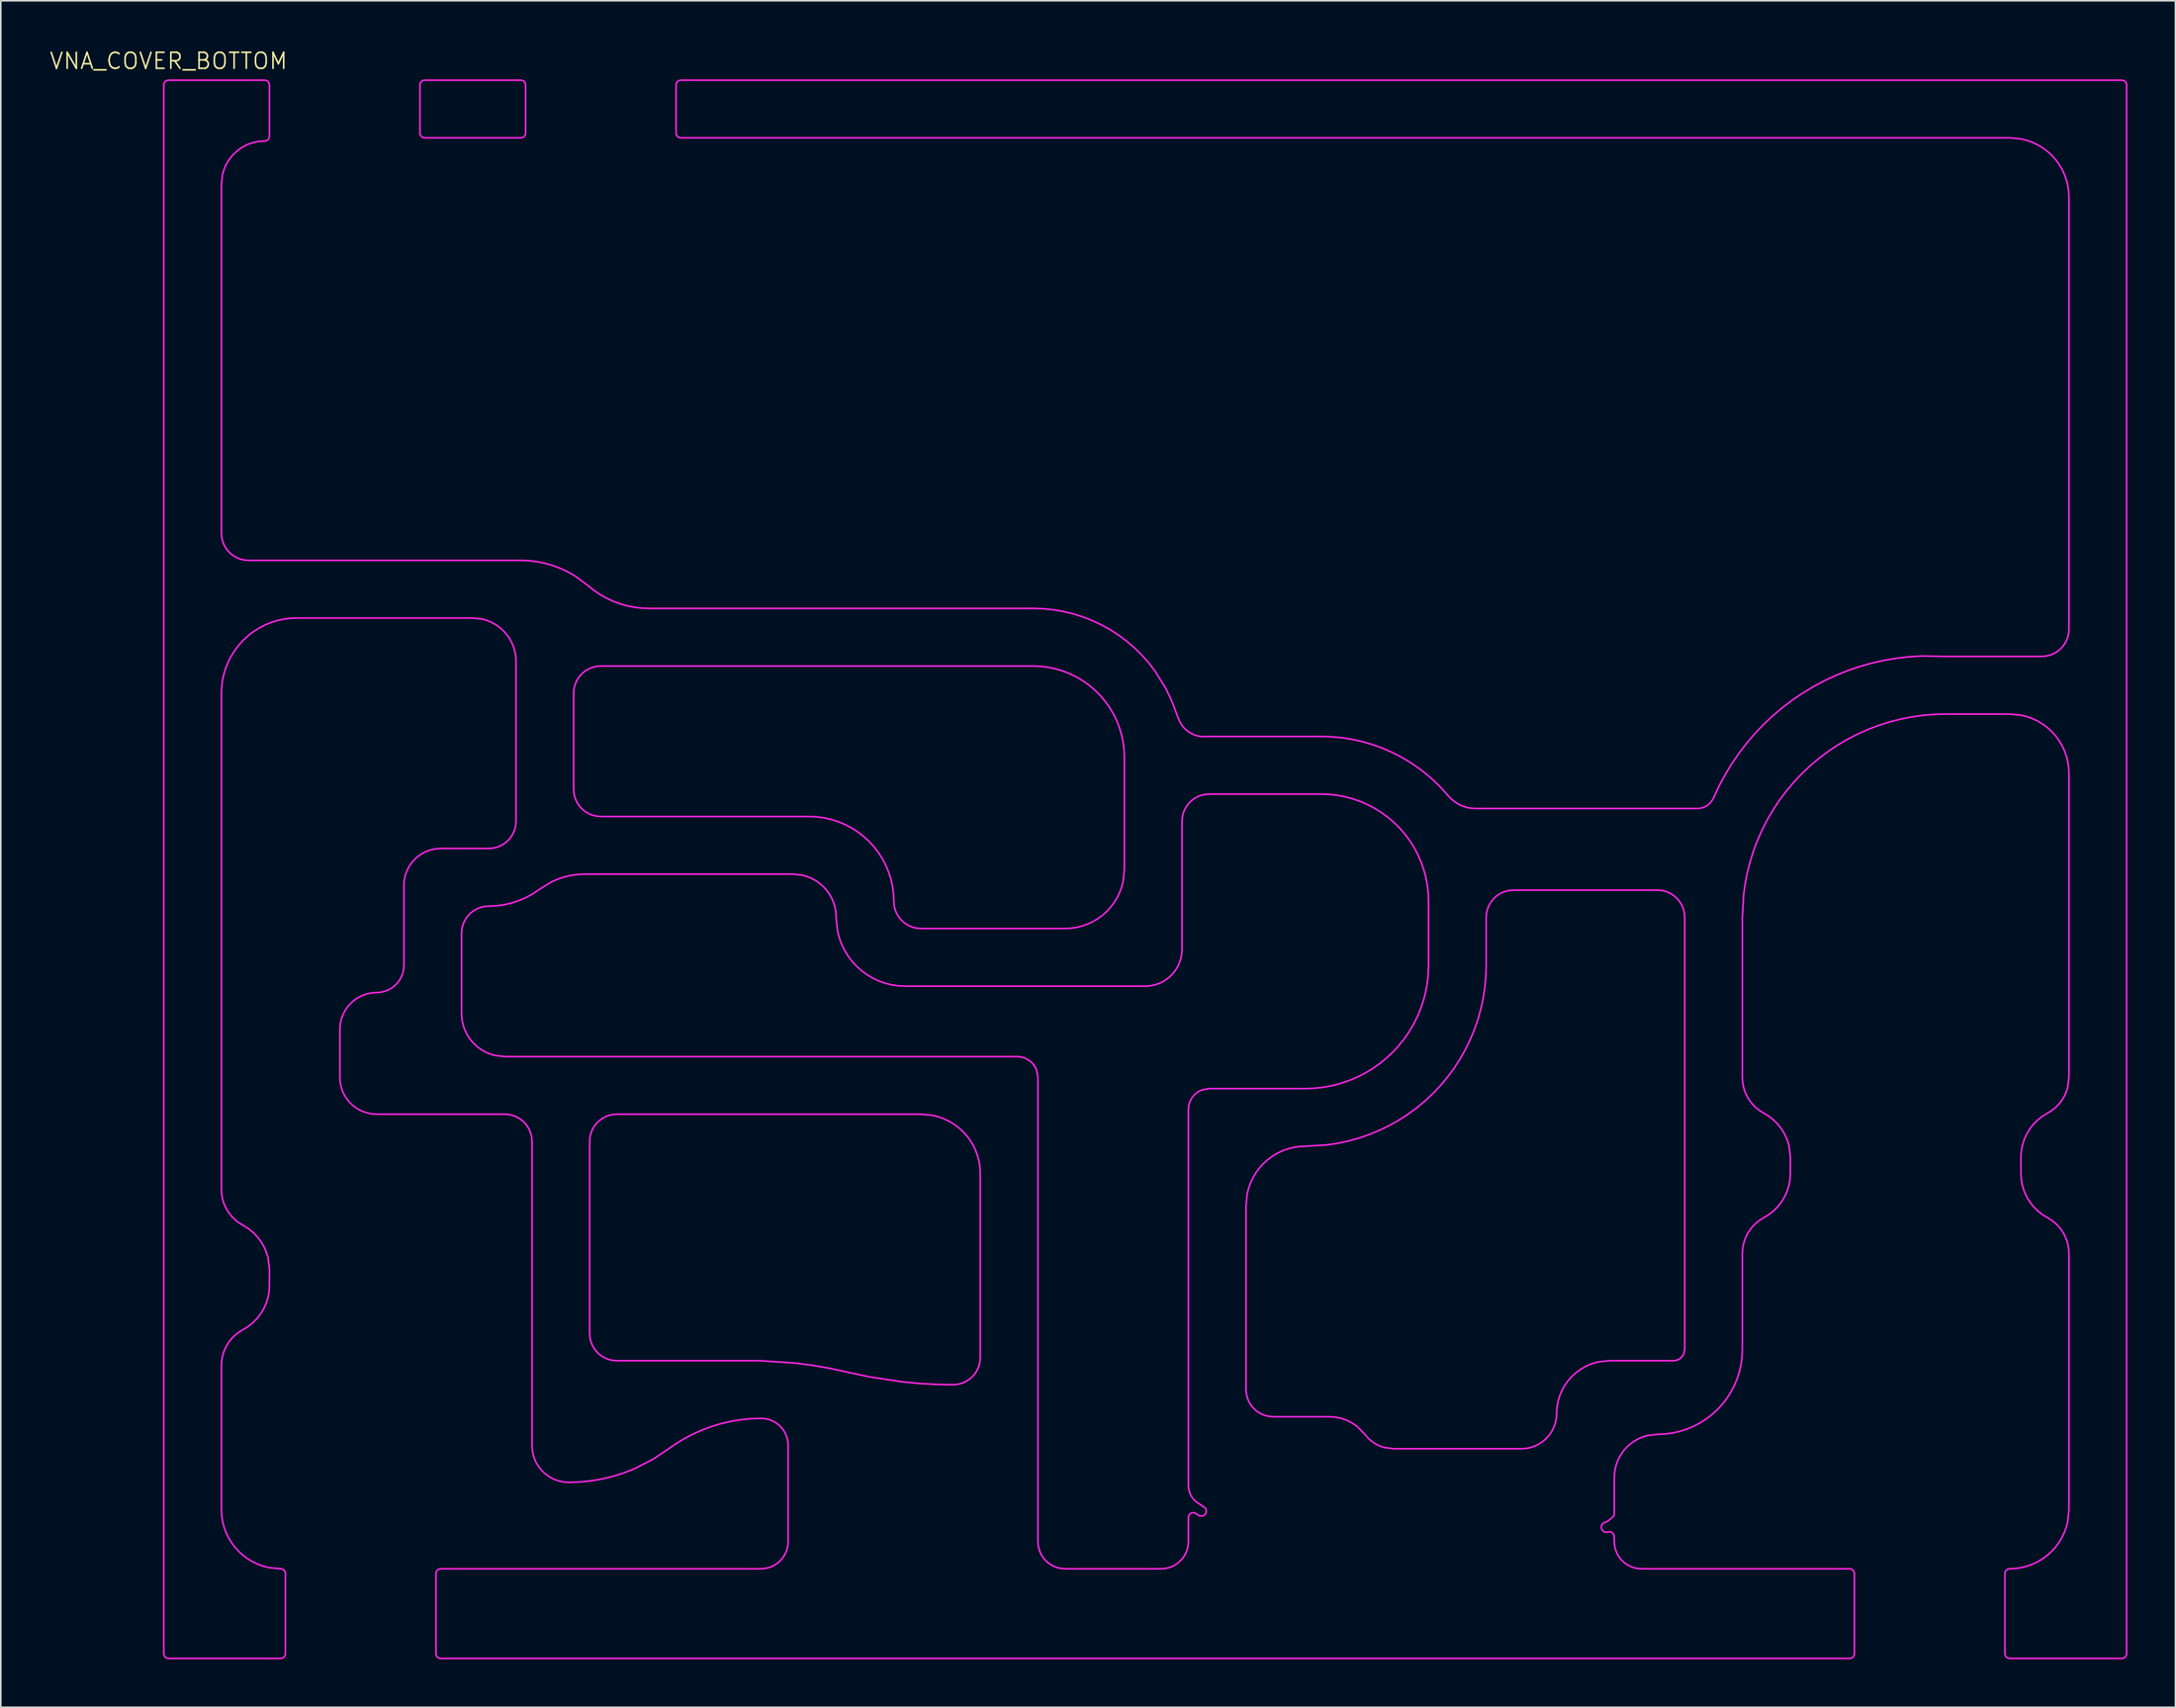
<source format=kicad_pcb>
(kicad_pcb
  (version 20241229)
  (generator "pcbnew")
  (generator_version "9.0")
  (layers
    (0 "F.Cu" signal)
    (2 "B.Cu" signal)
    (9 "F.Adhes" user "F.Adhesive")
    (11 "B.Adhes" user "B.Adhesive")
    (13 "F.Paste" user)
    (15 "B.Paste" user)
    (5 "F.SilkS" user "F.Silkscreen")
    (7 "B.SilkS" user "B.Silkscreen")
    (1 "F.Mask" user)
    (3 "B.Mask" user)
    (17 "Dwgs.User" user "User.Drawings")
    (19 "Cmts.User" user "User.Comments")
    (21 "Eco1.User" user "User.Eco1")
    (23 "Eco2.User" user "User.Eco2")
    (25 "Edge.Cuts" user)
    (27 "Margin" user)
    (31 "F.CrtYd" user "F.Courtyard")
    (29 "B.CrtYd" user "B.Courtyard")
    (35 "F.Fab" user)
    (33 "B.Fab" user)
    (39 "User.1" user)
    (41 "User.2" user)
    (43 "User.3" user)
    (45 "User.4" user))
  (footprint "VNA_COVER_BOTTOM"
    (layer "F.Cu")
    (at 7.479 2.26)
    (property "Reference" "VNA_COVER_BOTTOM" (at 0 -1.5 0) (unlocked yes) (layer "F.SilkS") (effects (font (size 1 1) (thickness 0.1))))
    (fp_rect (start 16 0) (end 22 3) (stroke (width 0.1) (type solid)) (fill yes) (layer "F.Mask"))
    (fp_poly (pts (xy 54 33) (xy 54.612 33.021) (xy 55.221 33.083) (xy 55.491 33.129) (xy 54.988 36.082) (xy 54.495 36.02) (xy 54 36) (xy 47 36) (xy 27 36) (xy 26.715 36.02) (xy 26.437 36.081) (xy 26.169 36.181) (xy 25.919 36.317) (xy 25.69 36.489) (xy 25.489 36.69) (xy 25.317 36.919) (xy 25.181 37.169) (xy 25.081 37.437) (xy 25.02 37.715) (xy 25 38) (xy 25 44) (xy 25.02 44.285) (xy 25.081 44.563) (xy 25.181 44.831) (xy 25.317 45.081) (xy 25.489 45.31) (xy 25.69 45.511) (xy 25.919 45.683) (xy 26.169 45.819) (xy 26.437 45.919) (xy 26.715 45.98) (xy 27 46) (xy 40 46) (xy 40.436 46.019) (xy 40.868 46.076) (xy 41.294 46.17) (xy 41.71 46.302) (xy 42.113 46.468) (xy 42.5 46.67) (xy 42.868 46.904) (xy 43.214 47.17) (xy 43.536 47.464) (xy 43.83 47.786) (xy 44.096 48.132) (xy 44.33 48.5) (xy 44.532 48.887) (xy 44.698 49.29) (xy 44.83 49.706) (xy 44.924 50.132) (xy 44.981 50.564) (xy 45 51) (xy 45.02 51.285) (xy 45.081 51.563) (xy 45.181 51.831) (xy 45.317 52.081) (xy 45.489 52.31) (xy 45.69 52.511) (xy 45.919 52.683) (xy 46.169 52.819) (xy 46.437 52.919) (xy 46.715 52.98) (xy 47 53) (xy 56 53) (xy 56.392 52.981) (xy 56.78 52.923) (xy 57.161 52.828) (xy 57.531 52.696) (xy 57.886 52.528) (xy 58.222 52.326) (xy 58.538 52.092) (xy 58.828 51.828) (xy 59.092 51.538) (xy 59.326 51.222) (xy 59.528 50.886) (xy 59.696 50.531) (xy 59.828 50.161) (xy 59.923 49.78) (xy 60 49) (xy 60 44) (xy 60 42) (xy 59.98 41.505) (xy 59.918 41.012) (xy 59.816 40.527) (xy 59.675 40.052) (xy 59.495 39.59) (xy 59.277 39.144) (xy 59.023 38.718) (xy 58.735 38.315) (xy 58.414 37.936) (xy 58.064 37.586) (xy 57.685 37.265) (xy 57.282 36.977) (xy 56.856 36.723) (xy 56.41 36.505) (xy 55.948 36.325) (xy 55.473 36.184) (xy 54.988 36.082) (xy 55.491 33.129) (xy 55.825 33.186) (xy 56.42 33.329) (xy 57.004 33.512) (xy 57.575 33.735) (xy 58.129 33.995) (xy 58.665 34.292) (xy 59.179 34.625) (xy 59.669 34.991) (xy 60.134 35.39) (xy 60.571 35.819) (xy 60.978 36.277) (xy 61.352 36.761) (xy 62 37.8) (xy 62.267 38.342) (xy 62.5 38.9) (xy 62.8 39.7) (xy 62.913 39.952) (xy 63.06 40.186) (xy 63.237 40.398) (xy 63.441 40.584) (xy 63.669 40.741) (xy 63.916 40.865) (xy 64.177 40.954) (xy 64.449 41.007) (xy 65 41) (xy 72 41) (xy 72.627 41.02) (xy 73.251 41.078) (xy 73.87 41.176) (xy 74.482 41.312) (xy 75.084 41.486) (xy 75.674 41.697) (xy 76.25 41.944) (xy 76.809 42.228) (xy 77.35 42.545) (xy 77.869 42.896) (xy 78.366 43.278) (xy 78.838 43.691) (xy 79.283 44.132) (xy 79.7 44.6) (xy 79.923 44.835) (xy 80.175 45.039) (xy 80.451 45.209) (xy 80.746 45.342) (xy 81.057 45.435) (xy 81.376 45.488) (xy 81.7 45.5) (xy 95.5 45.5) (xy 95.5 45.5) (xy 95.741 45.479) (xy 95.975 45.415) (xy 96.195 45.312) (xy 96.392 45.172) (xy 96.563 45) (xy 96.7 44.8) (xy 96.753 44.701) (xy 96.8 44.6) (xy 96.8 44.6) (xy 97.127 43.904) (xy 97.491 43.226) (xy 97.89 42.569) (xy 98.324 41.934) (xy 98.791 41.323) (xy 99.29 40.738) (xy 99.82 40.18) (xy 100.378 39.652) (xy 100.964 39.153) (xy 101.576 38.687) (xy 102.212 38.254) (xy 102.869 37.856) (xy 103.547 37.493) (xy 104.244 37.167) (xy 104.957 36.879) (xy 105.684 36.629) (xy 106.424 36.418) (xy 107.174 36.247) (xy 107.931 36.116) (xy 108.695 36.025) (xy 109.463 35.976) (xy 111 36) (xy 113 36) (xy 117 36) (xy 117.285 35.98) (xy 117.563 35.919) (xy 117.831 35.819) (xy 118.081 35.683) (xy 118.31 35.511) (xy 118.511 35.31) (xy 118.683 35.081) (xy 118.819 34.831) (xy 118.919 34.563) (xy 118.98 34.285) (xy 119 34) (xy 119 7) (xy 118.981 6.608) (xy 118.923 6.22) (xy 118.828 5.839) (xy 118.696 5.469) (xy 118.528 5.114) (xy 118.326 4.778) (xy 118.092 4.462) (xy 117.828 4.172) (xy 117.538 3.908) (xy 117.222 3.674) (xy 116.886 3.472) (xy 116.531 3.304) (xy 116.161 3.172) (xy 115.78 3.077) (xy 115 3) (xy 41 3) (xy 32 3) (xy 32 0) (xy 41 0) (xy 122 0) (xy 122 98) (xy 115 98) (xy 115 93) (xy 115.392 92.981) (xy 115.78 92.923) (xy 116.161 92.828) (xy 116.531 92.696) (xy 116.886 92.528) (xy 117.222 92.326) (xy 117.538 92.092) (xy 117.828 91.828) (xy 118.092 91.538) (xy 118.326 91.222) (xy 118.528 90.886) (xy 118.696 90.531) (xy 118.828 90.161) (xy 118.923 89.78) (xy 119 89) (xy 119 73) (xy 118.98 72.661) (xy 118.919 72.326) (xy 118.818 72.001) (xy 118.679 71.691) (xy 118.504 71.399) (xy 118.296 71.131) (xy 118.056 70.889) (xy 117.79 70.678) (xy 117.5 70.5) (xy 117.21 70.322) (xy 116.944 70.111) (xy 116.704 69.869) (xy 116.496 69.601) (xy 116.321 69.309) (xy 116.182 68.999) (xy 116.081 68.674) (xy 116.02 68.339) (xy 116 68) (xy 116 67) (xy 116.02 66.661) (xy 116.081 66.326) (xy 116.182 66.001) (xy 116.321 65.691) (xy 116.496 65.399) (xy 116.704 65.131) (xy 116.944 64.889) (xy 117.21 64.678) (xy 117.5 64.5) (xy 117.79 64.322) (xy 118.056 64.111) (xy 118.296 63.869) (xy 118.504 63.601) (xy 118.679 63.309) (xy 118.818 62.999) (xy 118.919 62.674) (xy 119 62) (xy 119 43) (xy 118.981 42.608) (xy 118.923 42.22) (xy 118.828 41.839) (xy 118.696 41.469) (xy 118.528 41.114) (xy 118.326 40.778) (xy 118.092 40.462) (xy 117.828 40.172) (xy 117.538 39.908) (xy 117.222 39.674) (xy 116.886 39.472) (xy 116.531 39.304) (xy 116.161 39.172) (xy 115.78 39.077) (xy 115 39) (xy 113 39) (xy 111 39) (xy 110.271 39.02) (xy 109.544 39.082) (xy 108.822 39.184) (xy 108.107 39.326) (xy 107.401 39.508) (xy 106.706 39.73) (xy 106.025 39.99) (xy 105.36 40.287) (xy 104.712 40.622) (xy 104.084 40.993) (xy 103.477 41.398) (xy 102.895 41.836) (xy 102.337 42.307) (xy 101.808 42.808) (xy 101.307 43.337) (xy 100.836 43.895) (xy 100.398 44.477) (xy 99.993 45.084) (xy 99.622 45.712) (xy 99.287 46.36) (xy 98.99 47.025) (xy 98.73 47.706) (xy 98.508 48.401) (xy 98.326 49.107) (xy 98.184 49.822) (xy 98.082 50.544) (xy 98 52) (xy 98 62) (xy 98.02 62.339) (xy 98.081 62.674) (xy 98.182 62.999) (xy 98.321 63.309) (xy 98.496 63.601) (xy 98.704 63.869) (xy 98.944 64.111) (xy 99.21 64.322) (xy 99.5 64.5) (xy 99.79 64.678) (xy 100.056 64.889) (xy 100.296 65.131) (xy 100.504 65.399) (xy 100.679 65.691) (xy 100.818 66.001) (xy 100.919 66.326) (xy 101 67) (xy 101 68) (xy 100.98 68.339) (xy 100.919 68.674) (xy 100.818 68.999) (xy 100.679 69.309) (xy 100.504 69.601) (xy 100.296 69.869) (xy 100.056 70.111) (xy 99.79 70.322) (xy 99.5 70.5) (xy 99.5 70.5) (xy 99.21 70.678) (xy 98.944 70.889) (xy 98.704 71.131) (xy 98.496 71.399) (xy 98.321 71.691) (xy 98.182 72.001) (xy 98.081 72.326) (xy 98.02 72.661) (xy 98 73) (xy 98 79) (xy 97.981 79.436) (xy 97.924 79.868) (xy 97.83 80.294) (xy 97.698 80.71) (xy 97.532 81.113) (xy 97.33 81.5) (xy 97.096 81.868) (xy 96.83 82.214) (xy 96.536 82.536) (xy 96.214 82.83) (xy 95.868 83.096) (xy 95.5 83.33) (xy 95.113 83.532) (xy 94.71 83.698) (xy 94.294 83.83) (xy 93.868 83.924) (xy 93.436 83.981) (xy 93 84) (xy 93 84) (xy 93 84) (xy 92.332 84.075) (xy 92.009 84.168) (xy 91.698 84.297) (xy 91.404 84.46) (xy 91.13 84.655) (xy 90.879 84.879) (xy 90.655 85.13) (xy 90.46 85.404) (xy 90.297 85.698) (xy 90.168 86.009) (xy 90.075 86.332) (xy 90.019 86.664) (xy 90 87) (xy 90.001 89.246) (xy 89.711 89.486) (xy 89.581 89.516) (xy 89.451 89.596) (xy 89.311 89.726) (xy 89.261 89.806) (xy 89.201 89.956) (xy 89.191 90.086) (xy 89.201 90.226) (xy 89.251 90.376) (xy 89.341 90.506) (xy 89.471 90.616) (xy 89.621 90.686) (xy 89.731 90.716) (xy 89.811 90.716) (xy 89.901 90.706) (xy 89.991 90.686) (xy 90 91) (xy 90.02 91.285) (xy 90.081 91.563) (xy 90.181 91.831) (xy 90.317 92.081) (xy 90.489 92.31) (xy 90.69 92.511) (xy 90.919 92.683) (xy 91.169 92.819) (xy 91.437 92.919) (xy 91.715 92.98) (xy 92 93) (xy 105 93) (xy 105 98) (xy 17 98) (xy 17 93) (xy 37 93) (xy 37.285 92.98) (xy 37.563 92.919) (xy 37.831 92.819) (xy 38.081 92.683) (xy 38.31 92.511) (xy 38.511 92.31) (xy 38.683 92.081) (xy 38.819 91.831) (xy 38.919 91.563) (xy 38.98 91.285) (xy 39 91) (xy 39 88.5) (xy 39 85) (xy 38.981 84.715) (xy 38.921 84.436) (xy 38.821 84.168) (xy 38.685 83.917) (xy 38.514 83.688) (xy 38.312 83.486) (xy 38.083 83.315) (xy 37.832 83.179) (xy 37.564 83.079) (xy 37.285 83.019) (xy 37 83) (xy 37.196 80.02) (xy 39.077 80.143) (xy 40.159 80.284) (xy 41.234 80.469) (xy 42.3 80.7) (xy 43.7 81) (xy 45.808 81.32) (xy 46.869 81.42) (xy 47.934 81.48) (xy 49 81.5) (xy 49.285 81.48) (xy 49.563 81.419) (xy 49.831 81.319) (xy 50.081 81.183) (xy 50.31 81.011) (xy 50.511 80.81) (xy 50.683 80.581) (xy 50.819 80.331) (xy 50.919 80.063) (xy 50.98 79.785) (xy 51 79.5) (xy 51 68) (xy 50.981 67.608) (xy 50.923 67.22) (xy 50.828 66.839) (xy 50.696 66.469) (xy 50.528 66.114) (xy 50.326 65.778) (xy 50.092 65.462) (xy 49.828 65.172) (xy 49.538 64.908) (xy 49.222 64.674) (xy 48.886 64.472) (xy 48.531 64.304) (xy 48.161 64.172) (xy 47.78 64.077) (xy 47 64) (xy 28 64) (xy 27.715 64.02) (xy 27.437 64.081) (xy 27.169 64.181) (xy 26.919 64.317) (xy 26.69 64.489) (xy 26.489 64.69) (xy 26.317 64.919) (xy 26.181 65.169) (xy 26.081 65.437) (xy 26.02 65.715) (xy 26 66) (xy 26 78) (xy 26.02 78.285) (xy 26.081 78.563) (xy 26.181 78.831) (xy 26.317 79.081) (xy 26.489 79.31) (xy 26.69 79.511) (xy 26.919 79.683) (xy 27.169 79.819) (xy 27.437 79.919) (xy 27.715 79.98) (xy 28 80) (xy 36.9 80) (xy 37.196 80.02) (xy 37 83) (xy 37 83) (xy 36.357 83.023) (xy 35.717 83.087) (xy 35.083 83.191) (xy 34.456 83.335) (xy 33.84 83.519) (xy 33.236 83.742) (xy 32.648 84.002) (xy 32.078 84.3) (xy 31.528 84.633) (xy 31 85) (xy 30.1 85.6) (xy 28.982 86.173) (xy 28.398 86.405) (xy 27.8 86.6) (xy 27.112 86.774) (xy 26.414 86.899) (xy 25.709 86.975) (xy 25 87) (xy 24.715 86.98) (xy 24.437 86.919) (xy 24.169 86.819) (xy 23.919 86.683) (xy 23.69 86.511) (xy 23.489 86.31) (xy 23.317 86.081) (xy 23.181 85.831) (xy 23.081 85.563) (xy 23.02 85.285) (xy 23 85) (xy 23 80) (xy 23 78) (xy 23 66) (xy 22.98 65.715) (xy 22.919 65.437) (xy 22.819 65.169) (xy 22.683 64.919) (xy 22.511 64.69) (xy 22.31 64.489) (xy 22.081 64.317) (xy 21.831 64.181) (xy 21.563 64.081) (xy 21.285 64.02) (xy 21 64) (xy 13 64) (xy 12.715 63.98) (xy 12.437 63.919) (xy 12.169 63.819) (xy 11.919 63.683) (xy 11.69 63.511) (xy 11.489 63.31) (xy 11.317 63.081) (xy 11.181 62.831) (xy 11.081 62.563) (xy 11.02 62.285) (xy 11 62) (xy 11 59) (xy 11.02 58.715) (xy 11.081 58.437) (xy 11.181 58.169) (xy 11.317 57.919) (xy 11.489 57.69) (xy 11.69 57.489) (xy 11.919 57.317) (xy 12.169 57.181) (xy 12.437 57.081) (xy 12.715 57.02) (xy 13 57) (xy 13.285 56.98) (xy 13.563 56.919) (xy 13.831 56.819) (xy 14.081 56.683) (xy 14.31 56.511) (xy 14.511 56.31) (xy 14.683 56.081) (xy 14.819 55.831) (xy 14.919 55.563) (xy 14.98 55.285) (xy 15 55) (xy 15 50) (xy 15.02 49.715) (xy 15.081 49.437) (xy 15.181 49.169) (xy 15.317 48.919) (xy 15.489 48.69) (xy 15.69 48.489) (xy 15.919 48.317) (xy 16.169 48.181) (xy 16.437 48.081) (xy 16.715 48.02) (xy 17 48) (xy 20 48) (xy 20.285 47.98) (xy 20.696 50.946) (xy 20.459 50.979) (xy 20 51) (xy 19.715 51.02) (xy 19.437 51.081) (xy 19.169 51.181) (xy 18.919 51.317) (xy 18.69 51.489) (xy 18.489 51.69) (xy 18.317 51.919) (xy 18.181 52.169) (xy 18.081 52.437) (xy 18.02 52.715) (xy 18 53) (xy 18 58) (xy 18.019 58.336) (xy 18.075 58.668) (xy 18.168 58.991) (xy 18.297 59.302) (xy 18.46 59.596) (xy 18.655 59.87) (xy 18.879 60.121) (xy 19.13 60.345) (xy 19.404 60.54) (xy 19.698 60.703) (xy 20.009 60.832) (xy 20.332 60.925) (xy 21 61) (xy 23 61) (xy 26 61) (xy 53 61) (xy 53.195 61.019) (xy 53.383 61.076) (xy 53.556 61.169) (xy 53.707 61.293) (xy 53.831 61.444) (xy 53.924 61.617) (xy 54 62) (xy 54 88.5) (xy 54 91) (xy 54.02 91.285) (xy 54.081 91.563) (xy 54.181 91.831) (xy 54.317 92.081) (xy 54.489 92.31) (xy 54.69 92.511) (xy 54.919 92.683) (xy 55.169 92.819) (xy 55.437 92.919) (xy 55.715 92.98) (xy 56 93) (xy 62 93) (xy 62.285 92.98) (xy 62.563 92.919) (xy 62.831 92.819) (xy 63.081 92.683) (xy 63.31 92.511) (xy 63.511 92.31) (xy 63.683 92.081) (xy 63.819 91.831) (xy 63.919 91.563) (xy 63.98 91.285) (xy 64 91) (xy 64.001 89.496) (xy 64.161 89.616) (xy 64.331 89.696) (xy 64.551 89.706) (xy 64.721 89.676) (xy 64.851 89.606) (xy 64.961 89.516) (xy 65.041 89.396) (xy 65.101 89.256) (xy 65.121 89.096) (xy 65.101 88.956) (xy 65.051 88.816) (xy 64.971 88.706) (xy 64.901 88.636) (xy 64.851 88.596) (xy 64.731 88.526) (xy 64.521 88.376) (xy 64.52 88.374) (xy 64.443 88.333) (xy 64.291 88.209) (xy 64.167 88.057) (xy 64.075 87.883) (xy 64.018 87.695) (xy 64 87.5) (xy 64 87) (xy 64 86.5) (xy 64 64) (xy 64.019 63.805) (xy 64.076 63.617) (xy 64.169 63.444) (xy 64.293 63.293) (xy 64.444 63.169) (xy 64.617 63.076) (xy 65 63) (xy 71 63) (xy 71.571 62.98) (xy 71.751 65.955) (xy 71 66) (xy 70.608 66.019) (xy 70.22 66.077) (xy 69.839 66.172) (xy 69.469 66.304) (xy 69.114 66.472) (xy 68.778 66.674) (xy 68.462 66.908) (xy 68.172 67.172) (xy 67.908 67.462) (xy 67.674 67.778) (xy 67.472 68.114) (xy 67.304 68.469) (xy 67.172 68.839) (xy 67.077 69.22) (xy 67 70) (xy 67 81.5) (xy 67.02 81.785) (xy 67.081 82.063) (xy 67.181 82.331) (xy 67.317 82.581) (xy 67.489 82.81) (xy 67.69 83.011) (xy 67.919 83.183) (xy 68.169 83.319) (xy 68.437 83.419) (xy 68.715 83.48) (xy 69 83.5) (xy 72.5 83.5) (xy 72.83 83.522) (xy 73.155 83.587) (xy 73.468 83.695) (xy 73.764 83.843) (xy 74.037 84.029) (xy 74.5 84.5) (xy 74.716 84.751) (xy 74.963 84.971) (xy 75.236 85.157) (xy 75.532 85.305) (xy 75.845 85.413) (xy 76.5 85.5) (xy 81 85.5) (xy 81.9 85.5) (xy 84.5 85.5) (xy 84.826 85.479) (xy 85.147 85.415) (xy 85.457 85.31) (xy 85.75 85.165) (xy 86.022 84.983) (xy 86.268 84.768) (xy 86.483 84.522) (xy 86.665 84.25) (xy 86.81 83.957) (xy 86.915 83.647) (xy 86.979 83.326) (xy 87 83) (xy 87.019 82.664) (xy 87.075 82.332) (xy 87.168 82.009) (xy 87.297 81.698) (xy 87.46 81.404) (xy 87.655 81.13) (xy 87.879 80.879) (xy 88.13 80.655) (xy 88.404 80.46) (xy 88.698 80.297) (xy 89.009 80.168) (xy 89.332 80.075) (xy 90 80) (xy 94 80) (xy 94.195 79.981) (xy 94.383 79.924) (xy 94.556 79.831) (xy 94.707 79.707) (xy 94.831 79.556) (xy 94.924 79.383) (xy 95 79) (xy 95 52) (xy 94.98 51.715) (xy 94.919 51.437) (xy 94.819 51.169) (xy 94.683 50.919) (xy 94.511 50.69) (xy 94.31 50.489) (xy 94.081 50.317) (xy 93.831 50.181) (xy 93.563 50.081) (xy 93.285 50.02) (xy 93 50) (xy 84 50) (xy 83.715 50.02) (xy 83.437 50.081) (xy 83.169 50.181) (xy 82.919 50.317) (xy 82.69 50.489) (xy 82.489 50.69) (xy 82.317 50.919) (xy 82.181 51.169) (xy 82.081 51.437) (xy 82.02 51.715) (xy 82 52) (xy 82 55) (xy 81.98 55.664) (xy 81.92 56.326) (xy 81.82 56.983) (xy 81.68 57.632) (xy 81.502 58.273) (xy 81.285 58.901) (xy 81.031 59.515) (xy 80.74 60.112) (xy 80.414 60.691) (xy 80.053 61.249) (xy 79.659 61.784) (xy 79.234 62.294) (xy 78.778 62.778) (xy 78.294 63.234) (xy 77.784 63.659) (xy 77.249 64.053) (xy 76.691 64.414) (xy 76.112 64.74) (xy 75.515 65.031) (xy 74.901 65.285) (xy 74.273 65.502) (xy 73.632 65.68) (xy 72.983 65.82) (xy 72.326 65.92) (xy 71.751 65.955) (xy 71.571 62.98) (xy 72.139 62.919) (xy 72.701 62.817) (xy 73.254 62.676) (xy 73.796 62.496) (xy 74.323 62.277) (xy 74.834 62.021) (xy 75.325 61.73) (xy 75.794 61.404) (xy 76.239 61.046) (xy 76.657 60.657) (xy 77.046 60.239) (xy 77.404 59.794) (xy 77.73 59.325) (xy 78.021 58.834) (xy 78.277 58.323) (xy 78.496 57.796) (xy 78.676 57.254) (xy 78.817 56.701) (xy 78.919 56.139) (xy 78.98 55.571) (xy 79 55) (xy 79 51) (xy 78.98 50.477) (xy 78.922 49.957) (xy 78.824 49.442) (xy 78.689 48.937) (xy 78.516 48.443) (xy 78.307 47.963) (xy 78.062 47.5) (xy 77.784 47.057) (xy 77.473 46.636) (xy 77.131 46.239) (xy 76.761 45.869) (xy 76.364 45.527) (xy 75.943 45.216) (xy 75.5 44.938) (xy 75.037 44.693) (xy 74.557 44.484) (xy 74.063 44.311) (xy 73.558 44.176) (xy 73.043 44.078) (xy 72.523 44.02) (xy 72 44) (xy 65 44) (xy 64.715 44.02) (xy 64.437 44.081) (xy 64.169 44.181) (xy 63.919 44.317) (xy 63.69 44.489) (xy 63.489 44.69) (xy 63.317 44.919) (xy 63.181 45.169) (xy 63.081 45.437) (xy 63.02 45.715) (xy 63 46) (xy 63 54) (xy 62.98 54.285) (xy 62.919 54.563) (xy 62.819 54.831) (xy 62.683 55.081) (xy 62.511 55.31) (xy 62.31 55.511) (xy 62.081 55.683) (xy 61.831 55.819) (xy 61.563 55.919) (xy 61.285 55.98) (xy 61 56) (xy 46 56) (xy 45.608 55.981) (xy 45.22 55.923) (xy 44.839 55.828) (xy 44.469 55.696) (xy 44.114 55.528) (xy 43.778 55.326) (xy 43.462 55.092) (xy 43.172 54.828) (xy 42.908 54.538) (xy 42.674 54.222) (xy 42.472 53.886) (xy 42.304 53.531) (xy 42.172 53.161) (xy 42.077 52.78) (xy 42 52) (xy 41.981 51.664) (xy 41.925 51.332) (xy 41.832 51.009) (xy 41.703 50.698) (xy 41.54 50.404) (xy 41.345 50.13) (xy 41.121 49.879) (xy 40.87 49.655) (xy 40.596 49.46) (xy 40.302 49.297) (xy 39.991 49.168) (xy 39.668 49.075) (xy 39 49) (xy 26 49) (xy 25.541 49.021) (xy 25.086 49.084) (xy 24.638 49.189) (xy 24.203 49.334) (xy 23.782 49.519) (xy 23 50) (xy 23 50) (xy 22.62 50.259) (xy 22.218 50.481) (xy 21.797 50.666) (xy 21.362 50.811) (xy 20.914 50.916) (xy 20.696 50.946) (xy 20.285 47.98) (xy 20.563 47.919) (xy 20.831 47.819) (xy 21.081 47.683) (xy 21.31 47.511) (xy 21.511 47.31) (xy 21.683 47.081) (xy 21.819 46.831) (xy 21.919 46.563) (xy 21.98 46.285) (xy 22 46) (xy 22 36) (xy 21.981 35.664) (xy 21.925 35.332) (xy 21.832 35.009) (xy 21.703 34.698) (xy 21.54 34.404) (xy 21.345 34.13) (xy 21.121 33.879) (xy 20.87 33.655) (xy 20.596 33.46) (xy 20.302 33.297) (xy 19.991 33.168) (xy 19.668 33.075) (xy 19 33) (xy 8 33) (xy 7.564 33.019) (xy 7.132 33.076) (xy 6.706 33.17) (xy 6.29 33.302) (xy 5.887 33.468) (xy 5.5 33.67) (xy 5.132 33.904) (xy 4.786 34.17) (xy 4.464 34.464) (xy 4.17 34.786) (xy 3.904 35.132) (xy 3.67 35.5) (xy 3.468 35.887) (xy 3.302 36.29) (xy 3.17 36.706) (xy 3.076 37.132) (xy 3.019 37.564) (xy 3 38) (xy 3 69) (xy 3.02 69.339) (xy 3.081 69.674) (xy 3.182 69.999) (xy 3.321 70.309) (xy 3.496 70.601) (xy 3.704 70.869) (xy 3.944 71.111) (xy 4.21 71.322) (xy 4.5 71.5) (xy 4.79 71.678) (xy 5.056 71.889) (xy 5.296 72.131) (xy 5.504 72.399) (xy 5.679 72.691) (xy 5.818 73.001) (xy 5.919 73.326) (xy 6 74) (xy 6 75) (xy 5.98 75.339) (xy 5.919 75.674) (xy 5.818 75.999) (xy 5.679 76.309) (xy 5.504 76.601) (xy 5.296 76.869) (xy 5.056 77.111) (xy 4.79 77.322) (xy 4.5 77.5) (xy 4.5 77.5) (xy 4.21 77.678) (xy 3.944 77.889) (xy 3.704 78.131) (xy 3.496 78.399) (xy 3.321 78.691) (xy 3.182 79.001) (xy 3.081 79.326) (xy 3.02 79.661) (xy 3 80) (xy 3 89) (xy 3.019 89.392) (xy 3.077 89.78) (xy 3.172 90.161) (xy 3.304 90.531) (xy 3.472 90.886) (xy 3.674 91.222) (xy 3.908 91.538) (xy 4.172 91.828) (xy 4.462 92.092) (xy 4.778 92.326) (xy 5.114 92.528) (xy 5.469 92.696) (xy 5.839 92.828) (xy 6.22 92.923) (xy 7 93) (xy 7 98) (xy 0 98) (xy 0 30) (xy 0 0) (xy 6 0) (xy 6 3.2) (xy 5.664 3.219) (xy 5.332 3.275) (xy 5.009 3.368) (xy 4.698 3.497) (xy 4.404 3.66) (xy 4.13 3.855) (xy 3.879 4.079) (xy 3.655 4.33) (xy 3.46 4.604) (xy 3.297 4.898) (xy 3.168 5.209) (xy 3.075 5.532) (xy 3 6.2) (xy 3 28) (xy 3.02 28.285) (xy 3.081 28.563) (xy 3.181 28.831) (xy 3.317 29.081) (xy 3.489 29.31) (xy 3.69 29.511) (xy 3.919 29.683) (xy 4.169 29.819) (xy 4.437 29.919) (xy 4.715 29.98) (xy 5 30) (xy 22 30) (xy 22.484 30.019) (xy 22.966 30.077) (xy 23.441 30.173) (xy 23.907 30.307) (xy 24.361 30.477) (xy 24.8 30.683) (xy 25.222 30.923) (xy 26 31.5) (xy 26.378 31.804) (xy 26.778 32.077) (xy 27.2 32.317) (xy 27.639 32.523) (xy 28.093 32.693) (xy 28.559 32.827) (xy 29.034 32.923) (xy 29.516 32.981) (xy 30 33) (xy 47 33)) (stroke (width 0.1) (type solid)) (fill yes) (layer "F.Mask"))
    (fp_poly (pts (xy 22 -0.3) (xy 22.059 -0.294) (xy 22.115 -0.277) (xy 22.167 -0.249) (xy 22.212 -0.212) (xy 22.249 -0.167) (xy 22.277 -0.115) (xy 22.294 -0.059) (xy 22.3 0) (xy 22.3 3) (xy 22.294 3.059) (xy 22.277 3.115) (xy 22.249 3.167) (xy 22.212 3.212) (xy 22.167 3.249) (xy 22.115 3.277) (xy 22.059 3.294) (xy 22 3.3) (xy 16 3.3) (xy 15.941 3.294) (xy 15.885 3.277) (xy 15.833 3.249) (xy 15.788 3.212) (xy 15.751 3.167) (xy 15.723 3.115) (xy 15.706 3.059) (xy 15.7 3) (xy 15.7 0) (xy 15.706 -0.059) (xy 15.723 -0.115) (xy 15.751 -0.167) (xy 15.788 -0.212) (xy 15.833 -0.249) (xy 15.885 -0.277) (xy 15.941 -0.294) (xy 16 -0.3)) (stroke (width 0.1) (type solid)) (fill no) (layer "F.CrtYd"))
    (fp_poly (pts (xy 26.3 66.011) (xy 26.3 77.989) (xy 26.318 78.242) (xy 26.37 78.479) (xy 26.454 78.706) (xy 26.571 78.919) (xy 26.716 79.113) (xy 26.887 79.284) (xy 27.081 79.429) (xy 27.294 79.546) (xy 27.521 79.63) (xy 27.758 79.682) (xy 28.011 79.7) (xy 36.9 79.7) (xy 36.92 79.701) (xy 39.096 79.844) (xy 39.115 79.846) (xy 40.197 79.986) (xy 40.21 79.988) (xy 41.285 80.174) (xy 41.297 80.176) (xy 42.363 80.407) (xy 43.754 80.705) (xy 45.845 81.022) (xy 46.892 81.121) (xy 47.945 81.18) (xy 48.992 81.2) (xy 49.242 81.182) (xy 49.479 81.13) (xy 49.706 81.046) (xy 49.919 80.929) (xy 50.113 80.784) (xy 50.284 80.613) (xy 50.429 80.419) (xy 50.546 80.206) (xy 50.63 79.979) (xy 50.682 79.742) (xy 50.7 79.489) (xy 50.7 79) (xy 50.7 68.007) (xy 50.682 67.637) (xy 50.629 67.278) (xy 50.54 66.926) (xy 50.418 66.584) (xy 50.263 66.256) (xy 50.076 65.945) (xy 49.86 65.653) (xy 49.616 65.384) (xy 49.347 65.14) (xy 49.055 64.924) (xy 48.744 64.737) (xy 48.416 64.582) (xy 48.074 64.46) (xy 47.729 64.373) (xy 46.985 64.3) (xy 28.011 64.3) (xy 27.758 64.318) (xy 27.521 64.37) (xy 27.294 64.454) (xy 27.081 64.571) (xy 26.887 64.716) (xy 26.716 64.887) (xy 26.571 65.081) (xy 26.454 65.294) (xy 26.37 65.521) (xy 26.318 65.758)) (stroke (width 0.1) (type solid)) (fill no) (layer "F.CrtYd"))
    (fp_poly (pts (xy 47 36.3) (xy 27.011 36.3) (xy 26.758 36.318) (xy 26.521 36.37) (xy 26.294 36.454) (xy 26.081 36.571) (xy 25.887 36.716) (xy 25.716 36.887) (xy 25.571 37.081) (xy 25.454 37.294) (xy 25.37 37.521) (xy 25.318 37.758) (xy 25.3 38.011) (xy 25.3 43.989) (xy 25.318 44.242) (xy 25.37 44.479) (xy 25.454 44.706) (xy 25.571 44.919) (xy 25.716 45.113) (xy 25.887 45.284) (xy 26.081 45.429) (xy 26.294 45.546) (xy 26.521 45.63) (xy 26.758 45.682) (xy 27.011 45.7) (xy 40 45.7) (xy 40.013 45.7) (xy 40.449 45.719) (xy 40.475 45.722) (xy 40.907 45.779) (xy 40.933 45.783) (xy 41.359 45.877) (xy 41.384 45.884) (xy 41.8 46.015) (xy 41.825 46.024) (xy 42.228 46.191) (xy 42.252 46.202) (xy 42.639 46.404) (xy 42.661 46.417) (xy 43.029 46.651) (xy 43.051 46.666) (xy 43.397 46.932) (xy 43.417 46.949) (xy 43.738 47.243) (xy 43.757 47.262) (xy 44.051 47.583) (xy 44.068 47.603) (xy 44.334 47.949) (xy 44.349 47.971) (xy 44.583 48.339) (xy 44.596 48.361) (xy 44.798 48.748) (xy 44.809 48.772) (xy 44.976 49.175) (xy 44.985 49.2) (xy 45.116 49.616) (xy 45.123 49.641) (xy 45.217 50.067) (xy 45.221 50.093) (xy 45.278 50.525) (xy 45.281 50.551) (xy 45.3 50.983) (xy 45.318 51.242) (xy 45.37 51.479) (xy 45.454 51.706) (xy 45.571 51.919) (xy 45.716 52.113) (xy 45.887 52.284) (xy 46.081 52.429) (xy 46.294 52.546) (xy 46.521 52.63) (xy 46.758 52.682) (xy 47.011 52.7) (xy 55.993 52.7) (xy 56.363 52.682) (xy 56.722 52.629) (xy 57.074 52.54) (xy 57.416 52.418) (xy 57.744 52.263) (xy 58.055 52.076) (xy 58.347 51.86) (xy 58.616 51.616) (xy 58.86 51.347) (xy 59.076 51.055) (xy 59.263 50.744) (xy 59.418 50.416) (xy 59.54 50.074) (xy 59.627 49.729) (xy 59.7 48.985) (xy 59.7 44) (xy 59.7 42.006) (xy 59.68 41.529) (xy 59.622 41.062) (xy 59.525 40.601) (xy 59.391 40.149) (xy 59.22 39.71) (xy 59.013 39.287) (xy 58.772 38.883) (xy 58.498 38.499) (xy 58.193 38.14) (xy 57.86 37.807) (xy 57.501 37.502) (xy 57.117 37.228) (xy 56.713 36.987) (xy 56.29 36.78) (xy 55.851 36.609) (xy 55.399 36.475) (xy 54.938 36.378) (xy 54.471 36.32) (xy 53.994 36.3)) (stroke (width 0.1) (type solid)) (fill no) (layer "F.CrtYd"))
    (fp_poly (pts (xy 86.701 82.982) (xy 86.719 82.647) (xy 86.723 82.614) (xy 86.779 82.282) (xy 86.787 82.249) (xy 86.88 81.926) (xy 86.891 81.894) (xy 87.02 81.584) (xy 87.035 81.553) (xy 87.197 81.259) (xy 87.215 81.23) (xy 87.41 80.956) (xy 87.431 80.93) (xy 87.655 80.679) (xy 87.679 80.655) (xy 87.93 80.431) (xy 87.956 80.41) (xy 88.23 80.215) (xy 88.259 80.197) (xy 88.553 80.035) (xy 88.584 80.02) (xy 88.894 79.891) (xy 88.926 79.88) (xy 89.249 79.787) (xy 89.299 79.777) (xy 89.966 79.702) (xy 90 79.7) (xy 93.985 79.7) (xy 94.136 79.685) (xy 94.267 79.645) (xy 94.388 79.581) (xy 94.494 79.494) (xy 94.581 79.388) (xy 94.638 79.281) (xy 94.7 78.97) (xy 94.7 52.011) (xy 94.682 51.758) (xy 94.63 51.521) (xy 94.546 51.294) (xy 94.429 51.081) (xy 94.284 50.887) (xy 94.113 50.716) (xy 93.919 50.571) (xy 93.706 50.454) (xy 93.479 50.37) (xy 93.242 50.318) (xy 92.989 50.3) (xy 84.011 50.3) (xy 83.758 50.318) (xy 83.521 50.37) (xy 83.294 50.454) (xy 83.081 50.571) (xy 82.887 50.716) (xy 82.716 50.887) (xy 82.571 51.081) (xy 82.454 51.294) (xy 82.37 51.521) (xy 82.318 51.758) (xy 82.3 52.011) (xy 82.3 55) (xy 82.3 55.009) (xy 82.28 55.673) (xy 82.279 55.691) (xy 82.219 56.353) (xy 82.216 56.371) (xy 82.116 57.028) (xy 82.113 57.046) (xy 81.974 57.695) (xy 81.969 57.713) (xy 81.791 58.353) (xy 81.786 58.37) (xy 81.569 58.999) (xy 81.562 59.015) (xy 81.308 59.629) (xy 81.301 59.646) (xy 81.01 60.243) (xy 81.001 60.259) (xy 80.675 60.838) (xy 80.666 60.854) (xy 80.305 61.412) (xy 80.294 61.427) (xy 79.901 61.962) (xy 79.889 61.976) (xy 79.464 62.486) (xy 79.452 62.5) (xy 78.997 62.984) (xy 78.984 62.997) (xy 78.5 63.452) (xy 78.486 63.464) (xy 77.976 63.889) (xy 77.962 63.901) (xy 77.427 64.294) (xy 77.412 64.305) (xy 76.854 64.666) (xy 76.838 64.675) (xy 76.259 65.001) (xy 76.243 65.01) (xy 75.646 65.301) (xy 75.629 65.308) (xy 75.015 65.562) (xy 74.999 65.569) (xy 74.37 65.786) (xy 74.353 65.791) (xy 73.713 65.969) (xy 73.695 65.974) (xy 73.046 66.113) (xy 73.028 66.116) (xy 72.371 66.216) (xy 72.344 66.219) (xy 71.018 66.299) (xy 71.015 66.3) (xy 70.637 66.318) (xy 70.278 66.371) (xy 69.926 66.46) (xy 69.584 66.582) (xy 69.256 66.737) (xy 68.945 66.924) (xy 68.653 67.14) (xy 68.384 67.384) (xy 68.14 67.653) (xy 67.924 67.945) (xy 67.737 68.256) (xy 67.582 68.584) (xy 67.46 68.926) (xy 67.373 69.271) (xy 67.3 70.015) (xy 67.3 81.489) (xy 67.318 81.742) (xy 67.37 81.979) (xy 67.454 82.206) (xy 67.571 82.419) (xy 67.716 82.613) (xy 67.887 82.784) (xy 68.081 82.929) (xy 68.294 83.046) (xy 68.521 83.13) (xy 68.758 83.182) (xy 69.011 83.2) (xy 72.5 83.2) (xy 72.52 83.201) (xy 72.85 83.223) (xy 72.889 83.228) (xy 73.214 83.293) (xy 73.252 83.304) (xy 73.565 83.411) (xy 73.602 83.427) (xy 73.898 83.575) (xy 73.932 83.595) (xy 74.206 83.78) (xy 74.252 83.819) (xy 74.714 84.29) (xy 74.728 84.305) (xy 74.93 84.54) (xy 75.147 84.734) (xy 75.388 84.898) (xy 75.649 85.028) (xy 75.915 85.119) (xy 76.52 85.2) (xy 81 85.2) (xy 81.9 85.2) (xy 84.49 85.2) (xy 84.787 85.181) (xy 85.069 85.124) (xy 85.342 85.032) (xy 85.6 84.905) (xy 85.839 84.745) (xy 86.055 84.555) (xy 86.245 84.339) (xy 86.405 84.1) (xy 86.532 83.842) (xy 86.624 83.569) (xy 86.681 83.287)) (stroke (width 0.1) (type solid)) (fill no) (layer "F.CrtYd"))
    (fp_poly (pts (xy 63.7 86.5) (xy 63.7 64) (xy 63.701 63.971) (xy 63.721 63.776) (xy 63.732 63.718) (xy 63.789 63.53) (xy 63.812 63.476) (xy 63.904 63.303) (xy 63.937 63.254) (xy 64.061 63.103) (xy 64.103 63.061) (xy 64.254 62.937) (xy 64.303 62.904) (xy 64.476 62.812) (xy 64.516 62.794) (xy 64.559 62.782) (xy 64.941 62.706) (xy 65 62.7) (xy 70.995 62.7) (xy 71.549 62.68) (xy 72.096 62.621) (xy 72.637 62.524) (xy 73.169 62.388) (xy 73.691 62.214) (xy 74.199 62.004) (xy 74.69 61.758) (xy 75.163 61.477) (xy 75.614 61.164) (xy 76.042 60.819) (xy 76.445 60.445) (xy 76.819 60.042) (xy 77.164 59.614) (xy 77.477 59.163) (xy 77.758 58.69) (xy 78.004 58.199) (xy 78.214 57.691) (xy 78.388 57.169) (xy 78.524 56.637) (xy 78.621 56.096) (xy 78.68 55.549) (xy 78.7 54.995) (xy 78.7 51.006) (xy 78.681 50.499) (xy 78.625 50.001) (xy 78.532 49.509) (xy 78.402 49.025) (xy 78.237 48.552) (xy 78.036 48.093) (xy 77.802 47.65) (xy 77.536 47.226) (xy 77.238 46.823) (xy 76.911 46.443) (xy 76.557 46.089) (xy 76.177 45.762) (xy 75.774 45.464) (xy 75.35 45.198) (xy 74.907 44.964) (xy 74.448 44.763) (xy 73.975 44.598) (xy 73.491 44.468) (xy 72.999 44.375) (xy 72.501 44.319) (xy 71.994 44.3) (xy 65.011 44.3) (xy 64.758 44.318) (xy 64.521 44.37) (xy 64.294 44.454) (xy 64.081 44.571) (xy 63.887 44.716) (xy 63.716 44.887) (xy 63.571 45.081) (xy 63.454 45.294) (xy 63.37 45.521) (xy 63.318 45.758) (xy 63.3 46.011) (xy 63.3 54) (xy 63.299 54.021) (xy 63.279 54.306) (xy 63.273 54.348) (xy 63.212 54.627) (xy 63.2 54.668) (xy 63.1 54.936) (xy 63.083 54.975) (xy 62.946 55.225) (xy 62.923 55.261) (xy 62.752 55.49) (xy 62.724 55.522) (xy 62.522 55.724) (xy 62.49 55.752) (xy 62.261 55.923) (xy 62.225 55.946) (xy 61.975 56.083) (xy 61.936 56.1) (xy 61.668 56.2) (xy 61.627 56.212) (xy 61.348 56.273) (xy 61.306 56.279) (xy 61.021 56.299) (xy 61 56.3) (xy 46 56.3) (xy 45.985 56.3) (xy 45.593 56.28) (xy 45.564 56.277) (xy 45.176 56.22) (xy 45.147 56.214) (xy 44.766 56.119) (xy 44.738 56.11) (xy 44.368 55.978) (xy 44.341 55.967) (xy 43.986 55.799) (xy 43.96 55.785) (xy 43.623 55.583) (xy 43.599 55.567) (xy 43.284 55.333) (xy 43.261 55.314) (xy 42.97 55.051) (xy 42.949 55.03) (xy 42.686 54.739) (xy 42.667 54.716) (xy 42.433 54.401) (xy 42.417 54.377) (xy 42.215 54.04) (xy 42.201 54.014) (xy 42.033 53.659) (xy 42.022 53.632) (xy 41.89 53.262) (xy 41.881 53.234) (xy 41.786 52.853) (xy 41.778 52.81) (xy 41.701 52.029) (xy 41.7 52.017) (xy 41.683 51.698) (xy 41.632 51.399) (xy 41.548 51.108) (xy 41.432 50.829) (xy 41.286 50.564) (xy 41.111 50.317) (xy 40.909 50.091) (xy 40.683 49.889) (xy 40.436 49.714) (xy 40.171 49.568) (xy 39.892 49.452) (xy 39.609 49.37) (xy 38.983 49.3) (xy 26.007 49.3) (xy 25.569 49.32) (xy 25.141 49.38) (xy 24.72 49.478) (xy 24.311 49.614) (xy 23.921 49.785) (xy 23.163 50.252) (xy 22.789 50.507) (xy 22.765 50.521) (xy 22.363 50.744) (xy 22.339 50.756) (xy 21.918 50.94) (xy 21.892 50.95) (xy 21.456 51.096) (xy 21.43 51.103) (xy 20.982 51.208) (xy 20.955 51.213) (xy 20.5 51.276) (xy 20.473 51.279) (xy 20.018 51.3) (xy 19.758 51.318) (xy 19.521 51.37) (xy 19.294 51.454) (xy 19.081 51.571) (xy 18.887 51.716) (xy 18.716 51.887) (xy 18.571 52.081) (xy 18.454 52.294) (xy 18.37 52.521) (xy 18.318 52.758) (xy 18.3 53.011) (xy 18.3 57.992) (xy 18.317 58.302) (xy 18.368 58.601) (xy 18.452 58.892) (xy 18.568 59.171) (xy 18.714 59.436) (xy 18.889 59.683) (xy 19.091 59.909) (xy 19.317 60.111) (xy 19.564 60.286) (xy 19.829 60.432) (xy 20.108 60.548) (xy 20.391 60.63) (xy 21.017 60.7) (xy 23 60.7) (xy 26 60.7) (xy 53 60.7) (xy 53.029 60.701) (xy 53.224 60.721) (xy 53.282 60.732) (xy 53.47 60.789) (xy 53.524 60.812) (xy 53.697 60.904) (xy 53.746 60.937) (xy 53.897 61.061) (xy 53.939 61.103) (xy 54.063 61.254) (xy 54.096 61.303) (xy 54.188 61.476) (xy 54.206 61.516) (xy 54.218 61.559) (xy 54.294 61.941) (xy 54.3 62) (xy 54.3 88.5) (xy 54.3 90.989) (xy 54.318 91.242) (xy 54.37 91.479) (xy 54.454 91.706) (xy 54.571 91.919) (xy 54.716 92.113) (xy 54.887 92.284) (xy 55.081 92.429) (xy 55.294 92.546) (xy 55.521 92.63) (xy 55.758 92.682) (xy 56.011 92.7) (xy 61.989 92.7) (xy 62.242 92.682) (xy 62.479 92.63) (xy 62.706 92.546) (xy 62.919 92.429) (xy 63.113 92.284) (xy 63.284 92.113) (xy 63.429 91.919) (xy 63.546 91.706) (xy 63.63 91.479) (xy 63.682 91.242) (xy 63.7 90.989) (xy 63.701 89.496) (xy 63.707 89.436) (xy 63.725 89.379) (xy 63.754 89.326) (xy 63.793 89.28) (xy 63.841 89.243) (xy 63.895 89.216) (xy 63.953 89.2) (xy 64.013 89.197) (xy 64.073 89.205) (xy 64.129 89.225) (xy 64.181 89.256) (xy 64.317 89.358) (xy 64.405 89.399) (xy 64.532 89.405) (xy 64.621 89.389) (xy 64.683 89.356) (xy 64.736 89.313) (xy 64.776 89.253) (xy 64.809 89.177) (xy 64.818 89.099) (xy 64.808 89.029) (xy 64.783 88.958) (xy 64.742 88.902) (xy 64.701 88.86) (xy 64.681 88.844) (xy 64.58 88.786) (xy 64.557 88.771) (xy 64.352 88.624) (xy 64.302 88.598) (xy 64.253 88.565) (xy 64.101 88.441) (xy 64.059 88.399) (xy 63.935 88.247) (xy 63.902 88.198) (xy 63.81 88.024) (xy 63.787 87.97) (xy 63.731 87.782) (xy 63.72 87.724) (xy 63.701 87.528) (xy 63.7 87.5) (xy 63.7 87)) (stroke (width 0.1) (type solid)) (fill no) (layer "F.CrtYd"))
    (fp_poly (pts (xy 113 35.7) (xy 116.989 35.7) (xy 117.242 35.682) (xy 117.479 35.63) (xy 117.706 35.546) (xy 117.919 35.429) (xy 118.113 35.284) (xy 118.284 35.113) (xy 118.429 34.919) (xy 118.546 34.706) (xy 118.63 34.479) (xy 118.682 34.242) (xy 118.7 33.989) (xy 118.7 7.007) (xy 118.682 6.637) (xy 118.629 6.278) (xy 118.54 5.926) (xy 118.418 5.584) (xy 118.263 5.256) (xy 118.076 4.945) (xy 117.86 4.653) (xy 117.616 4.384) (xy 117.347 4.14) (xy 117.055 3.924) (xy 116.744 3.737) (xy 116.416 3.582) (xy 116.074 3.46) (xy 115.729 3.373) (xy 114.985 3.3) (xy 41 3.3) (xy 32 3.3) (xy 31.941 3.294) (xy 31.885 3.277) (xy 31.833 3.249) (xy 31.788 3.212) (xy 31.751 3.167) (xy 31.723 3.115) (xy 31.706 3.059) (xy 31.7 3) (xy 31.7 0) (xy 31.706 -0.059) (xy 31.723 -0.115) (xy 31.751 -0.167) (xy 31.788 -0.212) (xy 31.833 -0.249) (xy 31.885 -0.277) (xy 31.941 -0.294) (xy 32 -0.3) (xy 41 -0.3) (xy 122 -0.3) (xy 122.059 -0.294) (xy 122.115 -0.277) (xy 122.167 -0.249) (xy 122.212 -0.212) (xy 122.249 -0.167) (xy 122.277 -0.115) (xy 122.294 -0.059) (xy 122.3 0) (xy 122.3 98) (xy 122.294 98.059) (xy 122.277 98.115) (xy 122.249 98.167) (xy 122.212 98.212) (xy 122.167 98.249) (xy 122.115 98.277) (xy 122.059 98.294) (xy 122 98.3) (xy 115 98.3) (xy 114.941 98.294) (xy 114.885 98.277) (xy 114.833 98.249) (xy 114.788 98.212) (xy 114.751 98.167) (xy 114.723 98.115) (xy 114.706 98.059) (xy 114.7 98) (xy 114.7 93) (xy 114.705 92.943) (xy 114.721 92.889) (xy 114.748 92.838) (xy 114.783 92.793) (xy 114.826 92.756) (xy 114.875 92.727) (xy 114.929 92.709) (xy 114.985 92.7) (xy 115.363 92.682) (xy 115.722 92.629) (xy 116.074 92.54) (xy 116.416 92.418) (xy 116.744 92.263) (xy 117.055 92.076) (xy 117.347 91.86) (xy 117.616 91.616) (xy 117.86 91.347) (xy 118.076 91.055) (xy 118.263 90.744) (xy 118.418 90.416) (xy 118.54 90.074) (xy 118.627 89.729) (xy 118.7 88.985) (xy 118.7 73.009) (xy 118.681 72.697) (xy 118.627 72.397) (xy 118.537 72.107) (xy 118.413 71.83) (xy 118.256 71.569) (xy 118.07 71.329) (xy 117.856 71.113) (xy 117.618 70.924) (xy 117.343 70.756) (xy 117.053 70.578) (xy 117.024 70.557) (xy 116.757 70.346) (xy 116.73 70.322) (xy 116.491 70.081) (xy 116.467 70.054) (xy 116.259 69.785) (xy 116.238 69.755) (xy 116.063 69.464) (xy 116.047 69.432) (xy 115.908 69.121) (xy 115.895 69.088) (xy 115.795 68.763) (xy 115.786 68.728) (xy 115.725 68.393) (xy 115.721 68.357) (xy 115.701 68.018) (xy 115.7 68) (xy 115.7 67) (xy 115.701 66.982) (xy 115.721 66.643) (xy 115.725 66.607) (xy 115.786 66.272) (xy 115.795 66.237) (xy 115.895 65.912) (xy 115.908 65.879) (xy 116.047 65.568) (xy 116.063 65.536) (xy 116.238 65.245) (xy 116.259 65.215) (xy 116.467 64.946) (xy 116.491 64.919) (xy 116.73 64.678) (xy 116.757 64.654) (xy 117.024 64.443) (xy 117.053 64.422) (xy 117.343 64.244) (xy 117.618 64.076) (xy 117.856 63.887) (xy 118.07 63.671) (xy 118.256 63.431) (xy 118.413 63.17) (xy 118.537 62.893) (xy 118.624 62.611) (xy 118.7 61.982) (xy 118.7 43.007) (xy 118.682 42.637) (xy 118.629 42.278) (xy 118.54 41.926) (xy 118.418 41.584) (xy 118.263 41.256) (xy 118.076 40.945) (xy 117.86 40.653) (xy 117.616 40.384) (xy 117.347 40.14) (xy 117.055 39.924) (xy 116.744 39.737) (xy 116.416 39.582) (xy 116.074 39.46) (xy 115.729 39.373) (xy 114.985 39.3) (xy 113 39.3) (xy 111.004 39.3) (xy 110.288 39.32) (xy 109.578 39.38) (xy 108.873 39.48) (xy 108.174 39.619) (xy 107.484 39.796) (xy 106.805 40.013) (xy 106.14 40.267) (xy 105.49 40.558) (xy 104.857 40.885) (xy 104.243 41.247) (xy 103.651 41.642) (xy 103.082 42.071) (xy 102.537 42.53) (xy 102.02 43.02) (xy 101.53 43.537) (xy 101.071 44.082) (xy 100.642 44.651) (xy 100.247 45.243) (xy 99.885 45.857) (xy 99.558 46.49) (xy 99.267 47.14) (xy 99.013 47.805) (xy 98.796 48.484) (xy 98.619 49.174) (xy 98.48 49.873) (xy 98.381 50.574) (xy 98.3 52.008) (xy 98.3 61.991) (xy 98.319 62.303) (xy 98.373 62.603) (xy 98.463 62.893) (xy 98.587 63.17) (xy 98.744 63.431) (xy 98.93 63.671) (xy 99.144 63.887) (xy 99.382 64.076) (xy 99.657 64.244) (xy 99.947 64.422) (xy 99.976 64.443) (xy 100.243 64.654) (xy 100.27 64.678) (xy 100.509 64.919) (xy 100.533 64.946) (xy 100.741 65.215) (xy 100.762 65.245) (xy 100.937 65.536) (xy 100.953 65.568) (xy 101.092 65.879) (xy 101.105 65.912) (xy 101.205 66.237) (xy 101.217 66.29) (xy 101.298 66.964) (xy 101.3 67) (xy 101.3 68) (xy 101.299 68.018) (xy 101.279 68.357) (xy 101.275 68.393) (xy 101.214 68.728) (xy 101.205 68.763) (xy 101.105 69.088) (xy 101.092 69.121) (xy 100.953 69.432) (xy 100.937 69.464) (xy 100.762 69.755) (xy 100.741 69.785) (xy 100.533 70.054) (xy 100.509 70.081) (xy 100.27 70.322) (xy 100.243 70.346) (xy 99.976 70.557) (xy 99.947 70.578) (xy 99.657 70.756) (xy 99.657 70.756) (xy 99.382 70.924) (xy 99.144 71.113) (xy 98.93 71.329) (xy 98.744 71.569) (xy 98.587 71.83) (xy 98.463 72.107) (xy 98.373 72.397) (xy 98.319 72.697) (xy 98.3 73.009) (xy 98.3 79) (xy 98.3 79.013) (xy 98.281 79.449) (xy 98.278 79.475) (xy 98.221 79.907) (xy 98.217 79.933) (xy 98.123 80.359) (xy 98.116 80.384) (xy 97.985 80.8) (xy 97.976 80.825) (xy 97.809 81.228) (xy 97.798 81.252) (xy 97.596 81.639) (xy 97.583 81.661) (xy 97.349 82.029) (xy 97.334 82.051) (xy 97.068 82.397) (xy 97.051 82.417) (xy 96.757 82.738) (xy 96.738 82.757) (xy 96.417 83.051) (xy 96.397 83.068) (xy 96.051 83.334) (xy 96.029 83.349) (xy 95.661 83.583) (xy 95.639 83.596) (xy 95.252 83.798) (xy 95.228 83.809) (xy 94.825 83.976) (xy 94.8 83.985) (xy 94.384 84.116) (xy 94.359 84.123) (xy 93.933 84.217) (xy 93.907 84.221) (xy 93.475 84.278) (xy 93.449 84.281) (xy 93.023 84.299) (xy 92.391 84.37) (xy 92.108 84.452) (xy 91.829 84.568) (xy 91.564 84.714) (xy 91.317 84.889) (xy 91.091 85.091) (xy 90.889 85.317) (xy 90.714 85.564) (xy 90.568 85.829) (xy 90.452 86.108) (xy 90.368 86.399) (xy 90.317 86.698) (xy 90.3 87.008) (xy 90.301 89.246) (xy 90.294 89.312) (xy 90.273 89.374) (xy 90.238 89.43) (xy 90.192 89.478) (xy 89.902 89.718) (xy 89.844 89.755) (xy 89.779 89.779) (xy 89.696 89.798) (xy 89.634 89.836) (xy 89.544 89.919) (xy 89.53 89.943) (xy 89.497 90.025) (xy 89.492 90.087) (xy 89.498 90.167) (xy 89.522 90.241) (xy 89.565 90.303) (xy 89.634 90.361) (xy 89.725 90.404) (xy 89.771 90.416) (xy 89.794 90.416) (xy 89.852 90.41) (xy 89.926 90.394) (xy 89.984 90.386) (xy 90.043 90.391) (xy 90.099 90.407) (xy 90.151 90.433) (xy 90.198 90.469) (xy 90.236 90.513) (xy 90.265 90.564) (xy 90.284 90.62) (xy 90.291 90.678) (xy 90.3 90.985) (xy 90.318 91.242) (xy 90.37 91.479) (xy 90.454 91.706) (xy 90.571 91.919) (xy 90.716 92.113) (xy 90.887 92.284) (xy 91.081 92.429) (xy 91.294 92.546) (xy 91.521 92.63) (xy 91.758 92.682) (xy 92.011 92.7) (xy 105 92.7) (xy 105.059 92.706) (xy 105.115 92.723) (xy 105.167 92.751) (xy 105.212 92.788) (xy 105.249 92.833) (xy 105.277 92.885) (xy 105.294 92.941) (xy 105.3 93) (xy 105.3 98) (xy 105.294 98.059) (xy 105.277 98.115) (xy 105.249 98.167) (xy 105.212 98.212) (xy 105.167 98.249) (xy 105.115 98.277) (xy 105.059 98.294) (xy 105 98.3) (xy 17 98.3) (xy 16.941 98.294) (xy 16.885 98.277) (xy 16.833 98.249) (xy 16.788 98.212) (xy 16.751 98.167) (xy 16.723 98.115) (xy 16.706 98.059) (xy 16.7 98) (xy 16.7 93) (xy 16.706 92.941) (xy 16.723 92.885) (xy 16.751 92.833) (xy 16.788 92.788) (xy 16.833 92.751) (xy 16.885 92.723) (xy 16.941 92.706) (xy 17 92.7) (xy 36.989 92.7) (xy 37.242 92.682) (xy 37.479 92.63) (xy 37.706 92.546) (xy 37.919 92.429) (xy 38.113 92.284) (xy 38.284 92.113) (xy 38.429 91.919) (xy 38.546 91.706) (xy 38.63 91.479) (xy 38.682 91.242) (xy 38.7 90.989) (xy 38.7 88.5) (xy 38.7 85.01) (xy 38.683 84.757) (xy 38.632 84.52) (xy 38.548 84.292) (xy 38.432 84.079) (xy 38.287 83.885) (xy 38.115 83.713) (xy 37.921 83.568) (xy 37.708 83.452) (xy 37.48 83.368) (xy 37.243 83.317) (xy 36.995 83.3) (xy 36.378 83.322) (xy 35.757 83.384) (xy 35.141 83.485) (xy 34.533 83.626) (xy 33.935 83.804) (xy 33.349 84.02) (xy 32.779 84.273) (xy 32.225 84.561) (xy 31.691 84.884) (xy 31.171 85.246) (xy 31.166 85.25) (xy 30.266 85.85) (xy 30.237 85.867) (xy 29.118 86.44) (xy 29.092 86.451) (xy 28.508 86.684) (xy 28.491 86.69) (xy 27.893 86.885) (xy 27.874 86.891) (xy 27.186 87.065) (xy 27.165 87.07) (xy 26.467 87.195) (xy 26.446 87.198) (xy 25.741 87.273) (xy 25.72 87.275) (xy 25.011 87.3) (xy 24.979 87.299) (xy 24.694 87.279) (xy 24.652 87.273) (xy 24.373 87.212) (xy 24.332 87.2) (xy 24.064 87.1) (xy 24.025 87.083) (xy 23.775 86.946) (xy 23.739 86.923) (xy 23.51 86.752) (xy 23.478 86.724) (xy 23.276 86.522) (xy 23.248 86.49) (xy 23.077 86.261) (xy 23.054 86.225) (xy 22.917 85.975) (xy 22.9 85.936) (xy 22.8 85.668) (xy 22.788 85.627) (xy 22.727 85.348) (xy 22.721 85.306) (xy 22.701 85.021) (xy 22.7 85) (xy 22.7 80) (xy 22.7 78) (xy 22.7 66.011) (xy 22.682 65.758) (xy 22.63 65.521) (xy 22.546 65.294) (xy 22.429 65.081) (xy 22.284 64.887) (xy 22.113 64.716) (xy 21.919 64.571) (xy 21.706 64.454) (xy 21.479 64.37) (xy 21.242 64.318) (xy 20.989 64.3) (xy 13 64.3) (xy 12.979 64.299) (xy 12.694 64.279) (xy 12.652 64.273) (xy 12.373 64.212) (xy 12.332 64.2) (xy 12.064 64.1) (xy 12.025 64.083) (xy 11.775 63.946) (xy 11.739 63.923) (xy 11.51 63.752) (xy 11.478 63.724) (xy 11.276 63.522) (xy 11.248 63.49) (xy 11.077 63.261) (xy 11.054 63.225) (xy 10.917 62.975) (xy 10.9 62.936) (xy 10.8 62.668) (xy 10.788 62.627) (xy 10.727 62.348) (xy 10.721 62.306) (xy 10.701 62.021) (xy 10.7 62) (xy 10.7 59) (xy 10.701 58.979) (xy 10.721 58.694) (xy 10.727 58.652) (xy 10.788 58.373) (xy 10.8 58.332) (xy 10.9 58.064) (xy 10.917 58.025) (xy 11.054 57.775) (xy 11.077 57.739) (xy 11.248 57.51) (xy 11.276 57.478) (xy 11.478 57.276) (xy 11.51 57.248) (xy 11.739 57.077) (xy 11.775 57.054) (xy 12.025 56.917) (xy 12.064 56.9) (xy 12.332 56.8) (xy 12.373 56.788) (xy 12.652 56.727) (xy 12.694 56.721) (xy 12.979 56.701) (xy 13.242 56.682) (xy 13.479 56.63) (xy 13.706 56.546) (xy 13.919 56.429) (xy 14.113 56.284) (xy 14.284 56.113) (xy 14.429 55.919) (xy 14.546 55.706) (xy 14.63 55.479) (xy 14.682 55.242) (xy 14.7 54.989) (xy 14.7 50) (xy 14.701 49.979) (xy 14.721 49.694) (xy 14.727 49.652) (xy 14.788 49.373) (xy 14.8 49.332) (xy 14.9 49.064) (xy 14.917 49.025) (xy 15.054 48.775) (xy 15.077 48.739) (xy 15.248 48.51) (xy 15.276 48.478) (xy 15.478 48.276) (xy 15.51 48.248) (xy 15.739 48.077) (xy 15.775 48.054) (xy 16.025 47.917) (xy 16.064 47.9) (xy 16.332 47.8) (xy 16.373 47.788) (xy 16.652 47.727) (xy 16.694 47.721) (xy 16.979 47.701) (xy 17 47.7) (xy 19.989 47.7) (xy 20.242 47.682) (xy 20.479 47.63) (xy 20.706 47.546) (xy 20.919 47.429) (xy 21.113 47.284) (xy 21.284 47.113) (xy 21.429 46.919) (xy 21.546 46.706) (xy 21.63 46.479) (xy 21.682 46.242) (xy 21.7 45.989) (xy 21.7 36.008) (xy 21.683 35.698) (xy 21.632 35.399) (xy 21.548 35.108) (xy 21.432 34.829) (xy 21.286 34.564) (xy 21.111 34.317) (xy 20.909 34.091) (xy 20.683 33.889) (xy 20.436 33.714) (xy 20.171 33.568) (xy 19.892 33.452) (xy 19.609 33.37) (xy 18.983 33.3) (xy 8.007 33.3) (xy 7.59 33.318) (xy 7.184 33.372) (xy 6.784 33.46) (xy 6.393 33.584) (xy 6.014 33.741) (xy 5.65 33.93) (xy 5.304 34.15) (xy 4.979 34.4) (xy 4.677 34.677) (xy 4.4 34.979) (xy 4.15 35.304) (xy 3.93 35.65) (xy 3.741 36.014) (xy 3.584 36.393) (xy 3.46 36.784) (xy 3.372 37.184) (xy 3.318 37.59) (xy 3.3 38.007) (xy 3.3 68.991) (xy 3.319 69.303) (xy 3.373 69.603) (xy 3.463 69.893) (xy 3.587 70.17) (xy 3.744 70.431) (xy 3.93 70.671) (xy 4.144 70.887) (xy 4.382 71.076) (xy 4.657 71.244) (xy 4.947 71.422) (xy 4.976 71.443) (xy 5.243 71.654) (xy 5.27 71.678) (xy 5.509 71.919) (xy 5.533 71.946) (xy 5.741 72.215) (xy 5.762 72.245) (xy 5.937 72.536) (xy 5.953 72.568) (xy 6.092 72.879) (xy 6.105 72.912) (xy 6.205 73.237) (xy 6.217 73.29) (xy 6.298 73.964) (xy 6.3 74) (xy 6.3 75) (xy 6.299 75.018) (xy 6.279 75.357) (xy 6.275 75.393) (xy 6.214 75.728) (xy 6.205 75.763) (xy 6.105 76.088) (xy 6.092 76.121) (xy 5.953 76.432) (xy 5.937 76.464) (xy 5.762 76.755) (xy 5.741 76.785) (xy 5.533 77.054) (xy 5.509 77.081) (xy 5.27 77.322) (xy 5.243 77.346) (xy 4.976 77.557) (xy 4.947 77.578) (xy 4.657 77.756) (xy 4.657 77.756) (xy 4.382 77.924) (xy 4.144 78.113) (xy 3.93 78.329) (xy 3.744 78.569) (xy 3.587 78.83) (xy 3.463 79.107) (xy 3.373 79.397) (xy 3.319 79.697) (xy 3.3 80.009) (xy 3.3 88.993) (xy 3.318 89.363) (xy 3.371 89.722) (xy 3.46 90.074) (xy 3.582 90.416) (xy 3.737 90.744) (xy 3.924 91.055) (xy 4.14 91.347) (xy 4.384 91.616) (xy 4.653 91.86) (xy 4.945 92.076) (xy 5.256 92.263) (xy 5.584 92.418) (xy 5.926 92.54) (xy 6.271 92.627) (xy 7.029 92.701) (xy 7.091 92.714) (xy 7.149 92.739) (xy 7.2 92.776) (xy 7.242 92.823) (xy 7.274 92.877) (xy 7.293 92.937) (xy 7.3 93) (xy 7.3 98) (xy 7.294 98.059) (xy 7.277 98.115) (xy 7.249 98.167) (xy 7.212 98.212) (xy 7.167 98.249) (xy 7.115 98.277) (xy 7.059 98.294) (xy 7 98.3) (xy 0 98.3) (xy -0.059 98.294) (xy -0.115 98.277) (xy -0.167 98.249) (xy -0.212 98.212) (xy -0.249 98.167) (xy -0.277 98.115) (xy -0.294 98.059) (xy -0.3 98) (xy -0.3 30) (xy -0.3 0) (xy -0.294 -0.059) (xy -0.277 -0.115) (xy -0.249 -0.167) (xy -0.212 -0.212) (xy -0.167 -0.249) (xy -0.115 -0.277) (xy -0.059 -0.294) (xy 0 -0.3) (xy 6 -0.3) (xy 6.059 -0.294) (xy 6.115 -0.277) (xy 6.167 -0.249) (xy 6.212 -0.212) (xy 6.249 -0.167) (xy 6.277 -0.115) (xy 6.294 -0.059) (xy 6.3 0) (xy 6.3 3.2) (xy 6.295 3.256) (xy 6.279 3.311) (xy 6.253 3.361) (xy 6.218 3.406) (xy 6.175 3.443) (xy 6.126 3.472) (xy 6.073 3.491) (xy 6.017 3.5) (xy 5.698 3.517) (xy 5.399 3.568) (xy 5.108 3.652) (xy 4.829 3.768) (xy 4.564 3.914) (xy 4.317 4.089) (xy 4.091 4.291) (xy 3.889 4.517) (xy 3.714 4.764) (xy 3.568 5.029) (xy 3.452 5.308) (xy 3.37 5.591) (xy 3.3 6.217) (xy 3.3 27.989) (xy 3.318 28.242) (xy 3.37 28.479) (xy 3.454 28.706) (xy 3.571 28.919) (xy 3.716 29.113) (xy 3.887 29.284) (xy 4.081 29.429) (xy 4.294 29.546) (xy 4.521 29.63) (xy 4.758 29.682) (xy 5.011 29.7) (xy 22 29.7) (xy 22.012 29.7) (xy 22.496 29.72) (xy 22.52 29.721) (xy 23.002 29.779) (xy 23.025 29.783) (xy 23.501 29.879) (xy 23.524 29.885) (xy 23.99 30.018) (xy 24.013 30.026) (xy 24.467 30.196) (xy 24.489 30.205) (xy 24.928 30.411) (xy 24.949 30.422) (xy 25.37 30.662) (xy 25.4 30.682) (xy 26.179 31.259) (xy 26.188 31.266) (xy 26.557 31.563) (xy 26.937 31.822) (xy 27.338 32.051) (xy 27.755 32.246) (xy 28.187 32.408) (xy 28.63 32.535) (xy 29.082 32.626) (xy 29.539 32.681) (xy 30.006 32.7) (xy 47 32.7) (xy 54 32.7) (xy 54.01 32.7) (xy 54.622 32.721) (xy 54.642 32.722) (xy 55.252 32.784) (xy 55.272 32.787) (xy 55.875 32.89) (xy 55.895 32.894) (xy 56.49 33.037) (xy 56.51 33.043) (xy 57.094 33.226) (xy 57.113 33.233) (xy 57.684 33.455) (xy 57.703 33.463) (xy 58.257 33.723) (xy 58.275 33.733) (xy 58.81 34.03) (xy 58.828 34.04) (xy 59.342 34.373) (xy 59.358 34.384) (xy 59.849 34.751) (xy 59.865 34.764) (xy 60.33 35.162) (xy 60.344 35.176) (xy 60.781 35.605) (xy 60.795 35.62) (xy 61.202 36.078) (xy 61.215 36.093) (xy 61.59 36.578) (xy 61.607 36.603) (xy 62.255 37.641) (xy 62.269 37.667) (xy 62.536 38.209) (xy 62.544 38.227) (xy 62.777 38.785) (xy 62.781 38.795) (xy 63.078 39.586) (xy 63.179 39.81) (xy 63.303 40.01) (xy 63.454 40.19) (xy 63.628 40.349) (xy 63.822 40.482) (xy 64.032 40.588) (xy 64.255 40.664) (xy 64.476 40.707) (xy 64.996 40.7) (xy 65 40.7) (xy 72 40.7) (xy 72.009 40.7) (xy 72.636 40.72) (xy 72.655 40.721) (xy 73.279 40.78) (xy 73.297 40.782) (xy 73.916 40.879) (xy 73.935 40.883) (xy 74.547 41.019) (xy 74.565 41.024) (xy 75.167 41.197) (xy 75.185 41.203) (xy 75.775 41.414) (xy 75.793 41.421) (xy 76.369 41.669) (xy 76.385 41.677) (xy 76.945 41.96) (xy 76.961 41.969) (xy 77.502 42.286) (xy 77.518 42.296) (xy 78.037 42.647) (xy 78.052 42.658) (xy 78.549 43.04) (xy 78.564 43.052) (xy 79.035 43.465) (xy 79.049 43.477) (xy 79.494 43.919) (xy 79.507 43.932) (xy 79.921 44.397) (xy 80.127 44.614) (xy 80.349 44.793) (xy 80.592 44.943) (xy 80.852 45.06) (xy 81.125 45.143) (xy 81.406 45.189) (xy 81.705 45.2) (xy 95.487 45.2) (xy 95.689 45.182) (xy 95.872 45.133) (xy 96.043 45.052) (xy 96.197 44.943) (xy 96.33 44.808) (xy 96.443 44.644) (xy 96.484 44.567) (xy 96.528 44.473) (xy 96.528 44.472) (xy 96.856 43.776) (xy 96.863 43.762) (xy 97.227 43.084) (xy 97.234 43.071) (xy 97.634 42.413) (xy 97.643 42.4) (xy 98.076 41.765) (xy 98.086 41.752) (xy 98.553 41.141) (xy 98.563 41.129) (xy 99.062 40.543) (xy 99.073 40.531) (xy 99.602 39.974) (xy 99.614 39.962) (xy 100.172 39.434) (xy 100.184 39.423) (xy 100.77 38.925) (xy 100.782 38.915) (xy 101.394 38.449) (xy 101.407 38.439) (xy 102.043 38.006) (xy 102.056 37.998) (xy 102.714 37.599) (xy 102.728 37.591) (xy 103.406 37.229) (xy 103.42 37.221) (xy 104.117 36.895) (xy 104.131 36.889) (xy 104.844 36.601) (xy 104.859 36.595) (xy 105.587 36.345) (xy 105.602 36.34) (xy 106.342 36.129) (xy 106.357 36.125) (xy 107.107 35.954) (xy 107.122 35.951) (xy 107.88 35.82) (xy 107.896 35.818) (xy 108.66 35.727) (xy 108.676 35.726) (xy 109.443 35.677) (xy 109.467 35.676) (xy 111.002 35.7)) (stroke (width 0.1) (type solid)) (fill no) (layer "F.CrtYd")))
  (gr_rect
    (start -3 -3)
    (end 132.829 103.611)
    (stroke (width 0.1) (type default))
    (fill no)
    (layer "Edge.Cuts")))
</source>
